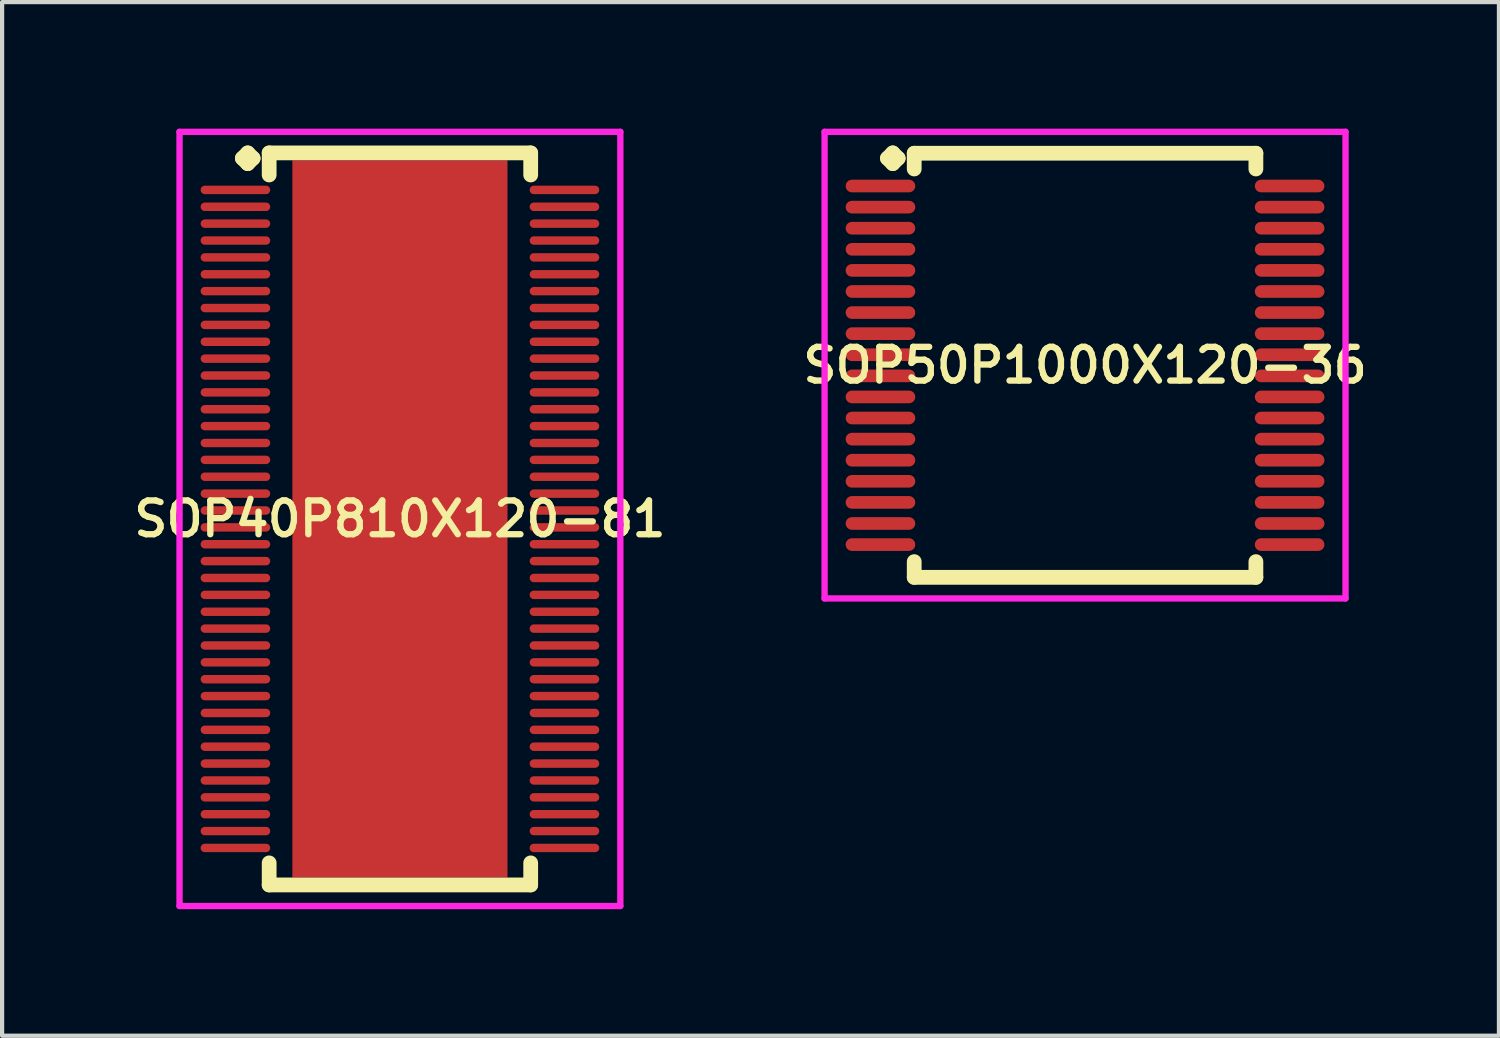
<source format=kicad_pcb>
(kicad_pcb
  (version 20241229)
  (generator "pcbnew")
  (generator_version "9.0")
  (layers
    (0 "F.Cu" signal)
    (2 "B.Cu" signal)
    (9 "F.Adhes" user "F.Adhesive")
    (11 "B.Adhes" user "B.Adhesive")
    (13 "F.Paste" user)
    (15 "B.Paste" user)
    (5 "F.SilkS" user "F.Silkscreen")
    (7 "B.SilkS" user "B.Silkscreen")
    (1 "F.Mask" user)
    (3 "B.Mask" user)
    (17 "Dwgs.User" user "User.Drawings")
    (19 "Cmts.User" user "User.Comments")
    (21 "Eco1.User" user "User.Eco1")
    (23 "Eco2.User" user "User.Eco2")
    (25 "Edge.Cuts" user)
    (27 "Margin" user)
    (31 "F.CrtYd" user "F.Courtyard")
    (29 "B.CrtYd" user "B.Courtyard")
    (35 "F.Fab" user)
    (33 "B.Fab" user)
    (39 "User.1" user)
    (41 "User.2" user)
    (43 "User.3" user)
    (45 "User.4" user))
  (footprint "SOP50P1000X120-36"
    (layer "F.Cu")
    (at 22.673 5.61)
    (property "Reference" "SOP50P1000X120-36" (at 0 0 0) (layer "F.SilkS") (effects (font (size 0.8 0.8) (thickness 0.15))))
    (attr through_hole)
    (fp_line (start -4.685 -4.908) (end -4.558 -5.035) (stroke (width 0.35) (type solid)) (layer "F.SilkS"))
    (fp_line (start -4.558 -5.035) (end -4.431 -4.908) (stroke (width 0.35) (type solid)) (layer "F.SilkS"))
    (fp_line (start -4.558 -4.781) (end -4.685 -4.908) (stroke (width 0.35) (type solid)) (layer "F.SilkS"))
    (fp_line (start -4.431 -4.908) (end -4.558 -4.781) (stroke (width 0.35) (type solid)) (layer "F.SilkS"))
    (fp_line (start -4.05 -5.027) (end 4.05 -5.027) (stroke (width 0.35) (type solid)) (layer "F.SilkS"))
    (fp_line (start -4.05 -4.654) (end -4.05 -5.027) (stroke (width 0.35) (type solid)) (layer "F.SilkS"))
    (fp_line (start -4.05 4.654) (end -4.05 5.027) (stroke (width 0.35) (type solid)) (layer "F.SilkS"))
    (fp_line (start -4.05 5.027) (end 4.05 5.027) (stroke (width 0.35) (type solid)) (layer "F.SilkS"))
    (fp_line (start 4.05 -5.027) (end 4.05 -4.654) (stroke (width 0.35) (type solid)) (layer "F.SilkS"))
    (fp_line (start 4.05 5.027) (end 4.05 4.654) (stroke (width 0.35) (type solid)) (layer "F.SilkS"))
    (fp_line (start -6.175 -5.535) (end 6.175 -5.535) (stroke (width 0.15) (type solid)) (layer "F.CrtYd"))
    (fp_line (start -6.175 5.527) (end -6.175 -5.535) (stroke (width 0.15) (type solid)) (layer "F.CrtYd"))
    (fp_line (start 6.175 -5.535) (end 6.175 5.527) (stroke (width 0.15) (type solid)) (layer "F.CrtYd"))
    (fp_line (start 6.175 5.527) (end -6.175 5.527) (stroke (width 0.15) (type solid)) (layer "F.CrtYd"))
    (pad "1" smd oval (at -4.85 -4.25) (size 1.65 0.3) (layers "F.Cu" "F.Mask" "F.Paste"))
    (pad "2" smd oval (at -4.85 -3.75) (size 1.65 0.3) (layers "F.Cu" "F.Mask" "F.Paste"))
    (pad "3" smd oval (at -4.85 -3.25) (size 1.65 0.3) (layers "F.Cu" "F.Mask" "F.Paste"))
    (pad "4" smd oval (at -4.85 -2.75) (size 1.65 0.3) (layers "F.Cu" "F.Mask" "F.Paste"))
    (pad "5" smd oval (at -4.85 -2.25) (size 1.65 0.3) (layers "F.Cu" "F.Mask" "F.Paste"))
    (pad "6" smd oval (at -4.85 -1.75) (size 1.65 0.3) (layers "F.Cu" "F.Mask" "F.Paste"))
    (pad "7" smd oval (at -4.85 -1.25) (size 1.65 0.3) (layers "F.Cu" "F.Mask" "F.Paste"))
    (pad "8" smd oval (at -4.85 -0.75) (size 1.65 0.3) (layers "F.Cu" "F.Mask" "F.Paste"))
    (pad "9" smd oval (at -4.85 -0.25) (size 1.65 0.3) (layers "F.Cu" "F.Mask" "F.Paste"))
    (pad "10" smd oval (at -4.85 0.25) (size 1.65 0.3) (layers "F.Cu" "F.Mask" "F.Paste"))
    (pad "11" smd oval (at -4.85 0.75) (size 1.65 0.3) (layers "F.Cu" "F.Mask" "F.Paste"))
    (pad "12" smd oval (at -4.85 1.25) (size 1.65 0.3) (layers "F.Cu" "F.Mask" "F.Paste"))
    (pad "13" smd oval (at -4.85 1.75) (size 1.65 0.3) (layers "F.Cu" "F.Mask" "F.Paste"))
    (pad "14" smd oval (at -4.85 2.25) (size 1.65 0.3) (layers "F.Cu" "F.Mask" "F.Paste"))
    (pad "15" smd oval (at -4.85 2.75) (size 1.65 0.3) (layers "F.Cu" "F.Mask" "F.Paste"))
    (pad "16" smd oval (at -4.85 3.25) (size 1.65 0.3) (layers "F.Cu" "F.Mask" "F.Paste"))
    (pad "17" smd oval (at -4.85 3.75) (size 1.65 0.3) (layers "F.Cu" "F.Mask" "F.Paste"))
    (pad "18" smd oval (at -4.85 4.25) (size 1.65 0.3) (layers "F.Cu" "F.Mask" "F.Paste"))
    (pad "19" smd oval (at 4.85 4.25) (size 1.65 0.3) (layers "F.Cu" "F.Mask" "F.Paste"))
    (pad "20" smd oval (at 4.85 3.75) (size 1.65 0.3) (layers "F.Cu" "F.Mask" "F.Paste"))
    (pad "21" smd oval (at 4.85 3.25) (size 1.65 0.3) (layers "F.Cu" "F.Mask" "F.Paste"))
    (pad "22" smd oval (at 4.85 2.75) (size 1.65 0.3) (layers "F.Cu" "F.Mask" "F.Paste"))
    (pad "23" smd oval (at 4.85 2.25) (size 1.65 0.3) (layers "F.Cu" "F.Mask" "F.Paste"))
    (pad "24" smd oval (at 4.85 1.75) (size 1.65 0.3) (layers "F.Cu" "F.Mask" "F.Paste"))
    (pad "25" smd oval (at 4.85 1.25) (size 1.65 0.3) (layers "F.Cu" "F.Mask" "F.Paste"))
    (pad "26" smd oval (at 4.85 0.75) (size 1.65 0.3) (layers "F.Cu" "F.Mask" "F.Paste"))
    (pad "27" smd oval (at 4.85 0.25) (size 1.65 0.3) (layers "F.Cu" "F.Mask" "F.Paste"))
    (pad "28" smd oval (at 4.85 -0.25) (size 1.65 0.3) (layers "F.Cu" "F.Mask" "F.Paste"))
    (pad "29" smd oval (at 4.85 -0.75) (size 1.65 0.3) (layers "F.Cu" "F.Mask" "F.Paste"))
    (pad "30" smd oval (at 4.85 -1.25) (size 1.65 0.3) (layers "F.Cu" "F.Mask" "F.Paste"))
    (pad "31" smd oval (at 4.85 -1.75) (size 1.65 0.3) (layers "F.Cu" "F.Mask" "F.Paste"))
    (pad "32" smd oval (at 4.85 -2.25) (size 1.65 0.3) (layers "F.Cu" "F.Mask" "F.Paste"))
    (pad "33" smd oval (at 4.85 -2.75) (size 1.65 0.3) (layers "F.Cu" "F.Mask" "F.Paste"))
    (pad "34" smd oval (at 4.85 -3.25) (size 1.65 0.3) (layers "F.Cu" "F.Mask" "F.Paste"))
    (pad "35" smd oval (at 4.85 -3.75) (size 1.65 0.3) (layers "F.Cu" "F.Mask" "F.Paste"))
    (pad "36" smd oval (at 4.85 -4.25) (size 1.65 0.3) (layers "F.Cu" "F.Mask" "F.Paste")))
  (footprint "SOP40P810X120-81"
    (layer "F.Cu")
    (at 6.431 9.252)
    (property "Reference" "SOP40P810X120-81" (at 0 0 0) (layer "F.SilkS") (effects (font (size 0.8 0.8) (thickness 0.15))))
    (attr through_hole)
    (fp_line (start -3.735 -8.55) (end -3.608 -8.677) (stroke (width 0.35) (type solid)) (layer "F.SilkS"))
    (fp_line (start -3.608 -8.677) (end -3.481 -8.55) (stroke (width 0.35) (type solid)) (layer "F.SilkS"))
    (fp_line (start -3.608 -8.423) (end -3.735 -8.55) (stroke (width 0.35) (type solid)) (layer "F.SilkS"))
    (fp_line (start -3.481 -8.55) (end -3.608 -8.423) (stroke (width 0.35) (type solid)) (layer "F.SilkS"))
    (fp_line (start -3.1 -8.677) (end 3.1 -8.677) (stroke (width 0.35) (type solid)) (layer "F.SilkS"))
    (fp_line (start -3.1 -8.154) (end -3.1 -8.677) (stroke (width 0.35) (type solid)) (layer "F.SilkS"))
    (fp_line (start -3.1 8.154) (end -3.1 8.677) (stroke (width 0.35) (type solid)) (layer "F.SilkS"))
    (fp_line (start -3.1 8.677) (end 3.1 8.677) (stroke (width 0.35) (type solid)) (layer "F.SilkS"))
    (fp_line (start 3.1 -8.677) (end 3.1 -8.154) (stroke (width 0.35) (type solid)) (layer "F.SilkS"))
    (fp_line (start 3.1 8.677) (end 3.1 8.154) (stroke (width 0.35) (type solid)) (layer "F.SilkS"))
    (fp_line (start -5.225 -9.177) (end 5.225 -9.177) (stroke (width 0.15) (type solid)) (layer "F.CrtYd"))
    (fp_line (start -5.225 9.177) (end -5.225 -9.177) (stroke (width 0.15) (type solid)) (layer "F.CrtYd"))
    (fp_line (start 5.225 -9.177) (end 5.225 9.177) (stroke (width 0.15) (type solid)) (layer "F.CrtYd"))
    (fp_line (start 5.225 9.177) (end -5.225 9.177) (stroke (width 0.15) (type solid)) (layer "F.CrtYd"))
    (pad "1" smd oval (at -3.9 -7.8) (size 1.65 0.2) (layers "F.Cu" "F.Mask" "F.Paste"))
    (pad "2" smd oval (at -3.9 -7.4) (size 1.65 0.2) (layers "F.Cu" "F.Mask" "F.Paste"))
    (pad "3" smd oval (at -3.9 -7) (size 1.65 0.2) (layers "F.Cu" "F.Mask" "F.Paste"))
    (pad "4" smd oval (at -3.9 -6.6) (size 1.65 0.2) (layers "F.Cu" "F.Mask" "F.Paste"))
    (pad "5" smd oval (at -3.9 -6.2) (size 1.65 0.2) (layers "F.Cu" "F.Mask" "F.Paste"))
    (pad "6" smd oval (at -3.9 -5.8) (size 1.65 0.2) (layers "F.Cu" "F.Mask" "F.Paste"))
    (pad "7" smd oval (at -3.9 -5.4) (size 1.65 0.2) (layers "F.Cu" "F.Mask" "F.Paste"))
    (pad "8" smd oval (at -3.9 -5) (size 1.65 0.2) (layers "F.Cu" "F.Mask" "F.Paste"))
    (pad "9" smd oval (at -3.9 -4.6) (size 1.65 0.2) (layers "F.Cu" "F.Mask" "F.Paste"))
    (pad "10" smd oval (at -3.9 -4.2) (size 1.65 0.2) (layers "F.Cu" "F.Mask" "F.Paste"))
    (pad "11" smd oval (at -3.9 -3.8) (size 1.65 0.2) (layers "F.Cu" "F.Mask" "F.Paste"))
    (pad "12" smd oval (at -3.9 -3.4) (size 1.65 0.2) (layers "F.Cu" "F.Mask" "F.Paste"))
    (pad "13" smd oval (at -3.9 -3) (size 1.65 0.2) (layers "F.Cu" "F.Mask" "F.Paste"))
    (pad "14" smd oval (at -3.9 -2.6) (size 1.65 0.2) (layers "F.Cu" "F.Mask" "F.Paste"))
    (pad "15" smd oval (at -3.9 -2.2) (size 1.65 0.2) (layers "F.Cu" "F.Mask" "F.Paste"))
    (pad "16" smd oval (at -3.9 -1.8) (size 1.65 0.2) (layers "F.Cu" "F.Mask" "F.Paste"))
    (pad "17" smd oval (at -3.9 -1.4) (size 1.65 0.2) (layers "F.Cu" "F.Mask" "F.Paste"))
    (pad "18" smd oval (at -3.9 -1) (size 1.65 0.2) (layers "F.Cu" "F.Mask" "F.Paste"))
    (pad "19" smd oval (at -3.9 -0.6) (size 1.65 0.2) (layers "F.Cu" "F.Mask" "F.Paste"))
    (pad "20" smd oval (at -3.9 -0.2) (size 1.65 0.2) (layers "F.Cu" "F.Mask" "F.Paste"))
    (pad "21" smd oval (at -3.9 0.2) (size 1.65 0.2) (layers "F.Cu" "F.Mask" "F.Paste"))
    (pad "22" smd oval (at -3.9 0.6) (size 1.65 0.2) (layers "F.Cu" "F.Mask" "F.Paste"))
    (pad "23" smd oval (at -3.9 1) (size 1.65 0.2) (layers "F.Cu" "F.Mask" "F.Paste"))
    (pad "24" smd oval (at -3.9 1.4) (size 1.65 0.2) (layers "F.Cu" "F.Mask" "F.Paste"))
    (pad "25" smd oval (at -3.9 1.8) (size 1.65 0.2) (layers "F.Cu" "F.Mask" "F.Paste"))
    (pad "26" smd oval (at -3.9 2.2) (size 1.65 0.2) (layers "F.Cu" "F.Mask" "F.Paste"))
    (pad "27" smd oval (at -3.9 2.6) (size 1.65 0.2) (layers "F.Cu" "F.Mask" "F.Paste"))
    (pad "28" smd oval (at -3.9 3) (size 1.65 0.2) (layers "F.Cu" "F.Mask" "F.Paste"))
    (pad "29" smd oval (at -3.9 3.4) (size 1.65 0.2) (layers "F.Cu" "F.Mask" "F.Paste"))
    (pad "30" smd oval (at -3.9 3.8) (size 1.65 0.2) (layers "F.Cu" "F.Mask" "F.Paste"))
    (pad "31" smd oval (at -3.9 4.2) (size 1.65 0.2) (layers "F.Cu" "F.Mask" "F.Paste"))
    (pad "32" smd oval (at -3.9 4.6) (size 1.65 0.2) (layers "F.Cu" "F.Mask" "F.Paste"))
    (pad "33" smd oval (at -3.9 5) (size 1.65 0.2) (layers "F.Cu" "F.Mask" "F.Paste"))
    (pad "34" smd oval (at -3.9 5.4) (size 1.65 0.2) (layers "F.Cu" "F.Mask" "F.Paste"))
    (pad "35" smd oval (at -3.9 5.8) (size 1.65 0.2) (layers "F.Cu" "F.Mask" "F.Paste"))
    (pad "36" smd oval (at -3.9 6.2) (size 1.65 0.2) (layers "F.Cu" "F.Mask" "F.Paste"))
    (pad "37" smd oval (at -3.9 6.6) (size 1.65 0.2) (layers "F.Cu" "F.Mask" "F.Paste"))
    (pad "38" smd oval (at -3.9 7) (size 1.65 0.2) (layers "F.Cu" "F.Mask" "F.Paste"))
    (pad "39" smd oval (at -3.9 7.4) (size 1.65 0.2) (layers "F.Cu" "F.Mask" "F.Paste"))
    (pad "40" smd oval (at -3.9 7.8) (size 1.65 0.2) (layers "F.Cu" "F.Mask" "F.Paste"))
    (pad "41" smd oval (at 3.9 7.8) (size 1.65 0.2) (layers "F.Cu" "F.Mask" "F.Paste"))
    (pad "42" smd oval (at 3.9 7.4) (size 1.65 0.2) (layers "F.Cu" "F.Mask" "F.Paste"))
    (pad "43" smd oval (at 3.9 7) (size 1.65 0.2) (layers "F.Cu" "F.Mask" "F.Paste"))
    (pad "44" smd oval (at 3.9 6.6) (size 1.65 0.2) (layers "F.Cu" "F.Mask" "F.Paste"))
    (pad "45" smd oval (at 3.9 6.2) (size 1.65 0.2) (layers "F.Cu" "F.Mask" "F.Paste"))
    (pad "46" smd oval (at 3.9 5.8) (size 1.65 0.2) (layers "F.Cu" "F.Mask" "F.Paste"))
    (pad "47" smd oval (at 3.9 5.4) (size 1.65 0.2) (layers "F.Cu" "F.Mask" "F.Paste"))
    (pad "48" smd oval (at 3.9 5) (size 1.65 0.2) (layers "F.Cu" "F.Mask" "F.Paste"))
    (pad "49" smd oval (at 3.9 4.6) (size 1.65 0.2) (layers "F.Cu" "F.Mask" "F.Paste"))
    (pad "50" smd oval (at 3.9 4.2) (size 1.65 0.2) (layers "F.Cu" "F.Mask" "F.Paste"))
    (pad "51" smd oval (at 3.9 3.8) (size 1.65 0.2) (layers "F.Cu" "F.Mask" "F.Paste"))
    (pad "52" smd oval (at 3.9 3.4) (size 1.65 0.2) (layers "F.Cu" "F.Mask" "F.Paste"))
    (pad "53" smd oval (at 3.9 3) (size 1.65 0.2) (layers "F.Cu" "F.Mask" "F.Paste"))
    (pad "54" smd oval (at 3.9 2.6) (size 1.65 0.2) (layers "F.Cu" "F.Mask" "F.Paste"))
    (pad "55" smd oval (at 3.9 2.2) (size 1.65 0.2) (layers "F.Cu" "F.Mask" "F.Paste"))
    (pad "56" smd oval (at 3.9 1.8) (size 1.65 0.2) (layers "F.Cu" "F.Mask" "F.Paste"))
    (pad "57" smd oval (at 3.9 1.4) (size 1.65 0.2) (layers "F.Cu" "F.Mask" "F.Paste"))
    (pad "58" smd oval (at 3.9 1) (size 1.65 0.2) (layers "F.Cu" "F.Mask" "F.Paste"))
    (pad "59" smd oval (at 3.9 0.6) (size 1.65 0.2) (layers "F.Cu" "F.Mask" "F.Paste"))
    (pad "60" smd oval (at 3.9 0.2) (size 1.65 0.2) (layers "F.Cu" "F.Mask" "F.Paste"))
    (pad "61" smd oval (at 3.9 -0.2) (size 1.65 0.2) (layers "F.Cu" "F.Mask" "F.Paste"))
    (pad "62" smd oval (at 3.9 -0.6) (size 1.65 0.2) (layers "F.Cu" "F.Mask" "F.Paste"))
    (pad "63" smd oval (at 3.9 -1) (size 1.65 0.2) (layers "F.Cu" "F.Mask" "F.Paste"))
    (pad "64" smd oval (at 3.9 -1.4) (size 1.65 0.2) (layers "F.Cu" "F.Mask" "F.Paste"))
    (pad "65" smd oval (at 3.9 -1.8) (size 1.65 0.2) (layers "F.Cu" "F.Mask" "F.Paste"))
    (pad "66" smd oval (at 3.9 -2.2) (size 1.65 0.2) (layers "F.Cu" "F.Mask" "F.Paste"))
    (pad "67" smd oval (at 3.9 -2.6) (size 1.65 0.2) (layers "F.Cu" "F.Mask" "F.Paste"))
    (pad "68" smd oval (at 3.9 -3) (size 1.65 0.2) (layers "F.Cu" "F.Mask" "F.Paste"))
    (pad "69" smd oval (at 3.9 -3.4) (size 1.65 0.2) (layers "F.Cu" "F.Mask" "F.Paste"))
    (pad "70" smd oval (at 3.9 -3.8) (size 1.65 0.2) (layers "F.Cu" "F.Mask" "F.Paste"))
    (pad "71" smd oval (at 3.9 -4.2) (size 1.65 0.2) (layers "F.Cu" "F.Mask" "F.Paste"))
    (pad "72" smd oval (at 3.9 -4.6) (size 1.65 0.2) (layers "F.Cu" "F.Mask" "F.Paste"))
    (pad "73" smd oval (at 3.9 -5) (size 1.65 0.2) (layers "F.Cu" "F.Mask" "F.Paste"))
    (pad "74" smd oval (at 3.9 -5.4) (size 1.65 0.2) (layers "F.Cu" "F.Mask" "F.Paste"))
    (pad "75" smd oval (at 3.9 -5.8) (size 1.65 0.2) (layers "F.Cu" "F.Mask" "F.Paste"))
    (pad "76" smd oval (at 3.9 -6.2) (size 1.65 0.2) (layers "F.Cu" "F.Mask" "F.Paste"))
    (pad "77" smd oval (at 3.9 -6.6) (size 1.65 0.2) (layers "F.Cu" "F.Mask" "F.Paste"))
    (pad "78" smd oval (at 3.9 -7) (size 1.65 0.2) (layers "F.Cu" "F.Mask" "F.Paste"))
    (pad "79" smd oval (at 3.9 -7.4) (size 1.65 0.2) (layers "F.Cu" "F.Mask" "F.Paste"))
    (pad "80" smd oval (at 3.9 -7.8) (size 1.65 0.2) (layers "F.Cu" "F.Mask" "F.Paste"))
    (pad "81" smd rect (at 0 0) (size 5.1 17) (layers "F.Cu" "F.Mask" "F.Paste")))
  (gr_rect
    (start -3 -3)
    (end 32.485 21.504)
    (stroke (width 0.1) (type default))
    (fill no)
    (layer "Edge.Cuts")))
</source>
